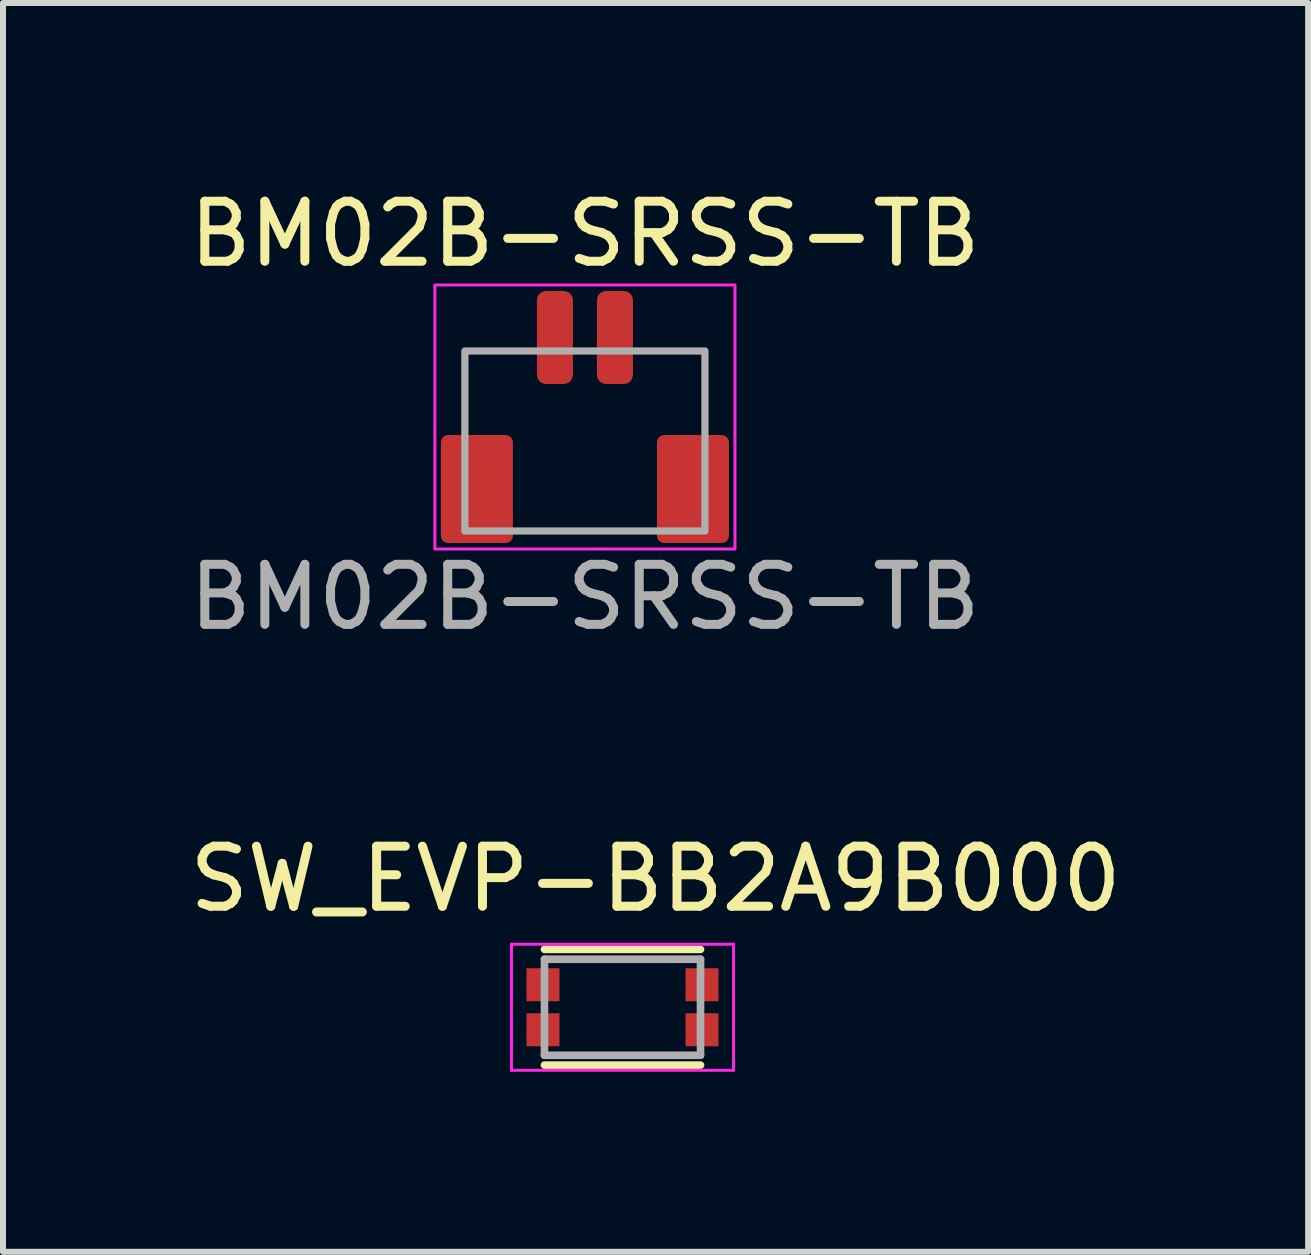
<source format=kicad_pcb>
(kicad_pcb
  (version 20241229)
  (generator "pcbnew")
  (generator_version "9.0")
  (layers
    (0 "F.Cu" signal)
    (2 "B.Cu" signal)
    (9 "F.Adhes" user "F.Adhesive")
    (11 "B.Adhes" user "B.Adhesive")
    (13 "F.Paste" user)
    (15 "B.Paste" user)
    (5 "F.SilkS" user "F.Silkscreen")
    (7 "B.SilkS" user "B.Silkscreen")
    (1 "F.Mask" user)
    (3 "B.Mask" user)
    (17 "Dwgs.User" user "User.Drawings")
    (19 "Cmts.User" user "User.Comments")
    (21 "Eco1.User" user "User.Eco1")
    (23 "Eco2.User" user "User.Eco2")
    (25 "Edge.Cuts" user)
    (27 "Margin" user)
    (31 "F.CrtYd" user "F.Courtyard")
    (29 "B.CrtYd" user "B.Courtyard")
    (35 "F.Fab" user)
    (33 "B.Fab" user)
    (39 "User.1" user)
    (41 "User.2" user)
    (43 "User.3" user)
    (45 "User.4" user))
  (footprint "BM02B-SRSS-TB"
    (layer "F.Cu")
    (at 6.696 5.998)
    (property "Reference" "BM02B-SRSS-TB" (at 0 -5.15 0) (unlocked yes) (layer "F.SilkS") (effects (font (size 1 1) (thickness 0.15))))
    (attr smd)
    (fp_rect (start -2.5 -4.3) (end 2.5 0.1) (stroke (width 0.05) (type solid)) (fill no) (layer "F.CrtYd"))
    (fp_rect (start -2 -3.2) (end 2 -0.2) (stroke (width 0.12) (type solid)) (fill no) (layer "F.Fab"))
    (fp_text user "${REFERENCE}" (at 0 0.9 0) (unlocked yes) (layer "F.Fab") (effects (font (size 1 1) (thickness 0.15))))
    (pad "1" smd roundrect (at -0.5 -3.425) (size 0.6 1.55) (layers "F.Cu" "F.Mask" "F.Paste") (roundrect_rratio 0.25))
    (pad "2" smd roundrect (at 0.5 -3.425) (size 0.6 1.55) (layers "F.Cu" "F.Mask" "F.Paste") (roundrect_rratio 0.25))
    (pad "3" smd roundrect (at -1.8 -0.9) (size 1.2 1.8) (layers "F.Cu" "F.Mask" "F.Paste") (roundrect_rratio 0.1))
    (pad "4" smd roundrect (at 1.8 -0.9) (size 1.2 1.8) (layers "F.Cu" "F.Mask" "F.Paste") (roundrect_rratio 0.1)))
  (footprint "SW_EVP-BB2A9B000"
    (layer "F.Cu")
    (at 7.322 13.733)
    (property "Reference" "SW_EVP-BB2A9B000" (at 0.551 -2.138 0) (layer "F.SilkS") (effects (font (size 1.001 1.001) (thickness 0.15))))
    (attr through_hole)
    (fp_line (start -1.3 -0.964) (end 1.3 -0.964) (stroke (width 0.127) (type solid)) (layer "F.SilkS"))
    (fp_line (start -1.3 0.964) (end 1.3 0.964) (stroke (width 0.127) (type solid)) (layer "F.SilkS"))
    (fp_poly (pts (xy -1.55 -0.6) (xy -1.1 -0.6) (xy -1.1 -0.15) (xy -1.55 -0.15)) (stroke (width 0.01) (type solid)) (fill yes) (layer "F.Paste"))
    (fp_poly (pts (xy -1.55 0.15) (xy -1.1 0.15) (xy -1.1 0.6) (xy -1.55 0.6)) (stroke (width 0.01) (type solid)) (fill yes) (layer "F.Paste"))
    (fp_poly (pts (xy 1.1 -0.6) (xy 1.55 -0.6) (xy 1.55 -0.15) (xy 1.1 -0.15)) (stroke (width 0.01) (type solid)) (fill yes) (layer "F.Paste"))
    (fp_poly (pts (xy 1.1 0.15) (xy 1.55 0.15) (xy 1.55 0.6) (xy 1.1 0.6)) (stroke (width 0.01) (type solid)) (fill yes) (layer "F.Paste"))
    (fp_line (start -1.85 -1.05) (end 1.85 -1.05) (stroke (width 0.05) (type solid)) (layer "F.CrtYd"))
    (fp_line (start -1.85 1.05) (end -1.85 -1.05) (stroke (width 0.05) (type solid)) (layer "F.CrtYd"))
    (fp_line (start 1.85 -1.05) (end 1.85 1.05) (stroke (width 0.05) (type solid)) (layer "F.CrtYd"))
    (fp_line (start 1.85 1.05) (end -1.85 1.05) (stroke (width 0.05) (type solid)) (layer "F.CrtYd"))
    (fp_line (start -1.3 -0.8) (end 1.3 -0.8) (stroke (width 0.127) (type solid)) (layer "F.Fab"))
    (fp_line (start -1.3 0.8) (end -1.3 -0.8) (stroke (width 0.127) (type solid)) (layer "F.Fab"))
    (fp_line (start 1.3 -0.8) (end 1.3 0.8) (stroke (width 0.127) (type solid)) (layer "F.Fab"))
    (fp_line (start 1.3 0.8) (end -1.3 0.8) (stroke (width 0.127) (type solid)) (layer "F.Fab"))
    (pad "A1" smd rect (at -1.325 -0.375) (size 0.55 0.55) (layers "F.Cu" "F.Mask"))
    (pad "A2" smd rect (at -1.325 0.375) (size 0.55 0.55) (layers "F.Cu" "F.Mask"))
    (pad "B1" smd rect (at 1.325 -0.375) (size 0.55 0.55) (layers "F.Cu" "F.Mask"))
    (pad "B2" smd rect (at 1.325 0.375) (size 0.55 0.55) (layers "F.Cu" "F.Mask"))
    (zone (net_name "") (layer "F.Cu") (hatch full 0.508) (connect_pads) (min_thickness 0.01) (filled_areas_thickness no) (keepout (tracks not_allowed) (vias not_allowed) (pads not_allowed) (copperpour not_allowed) (footprints allowed)) (placement (enabled no)) (fill) (polygon (pts (xy 6.32 12.933) (xy 8.322 12.933) (xy 8.322 14.535) (xy 6.32 14.535)))))
  (gr_rect
    (start -3 -3)
    (end 18.746 17.808)
    (stroke (width 0.1) (type default))
    (fill no)
    (layer "Edge.Cuts")))
</source>
